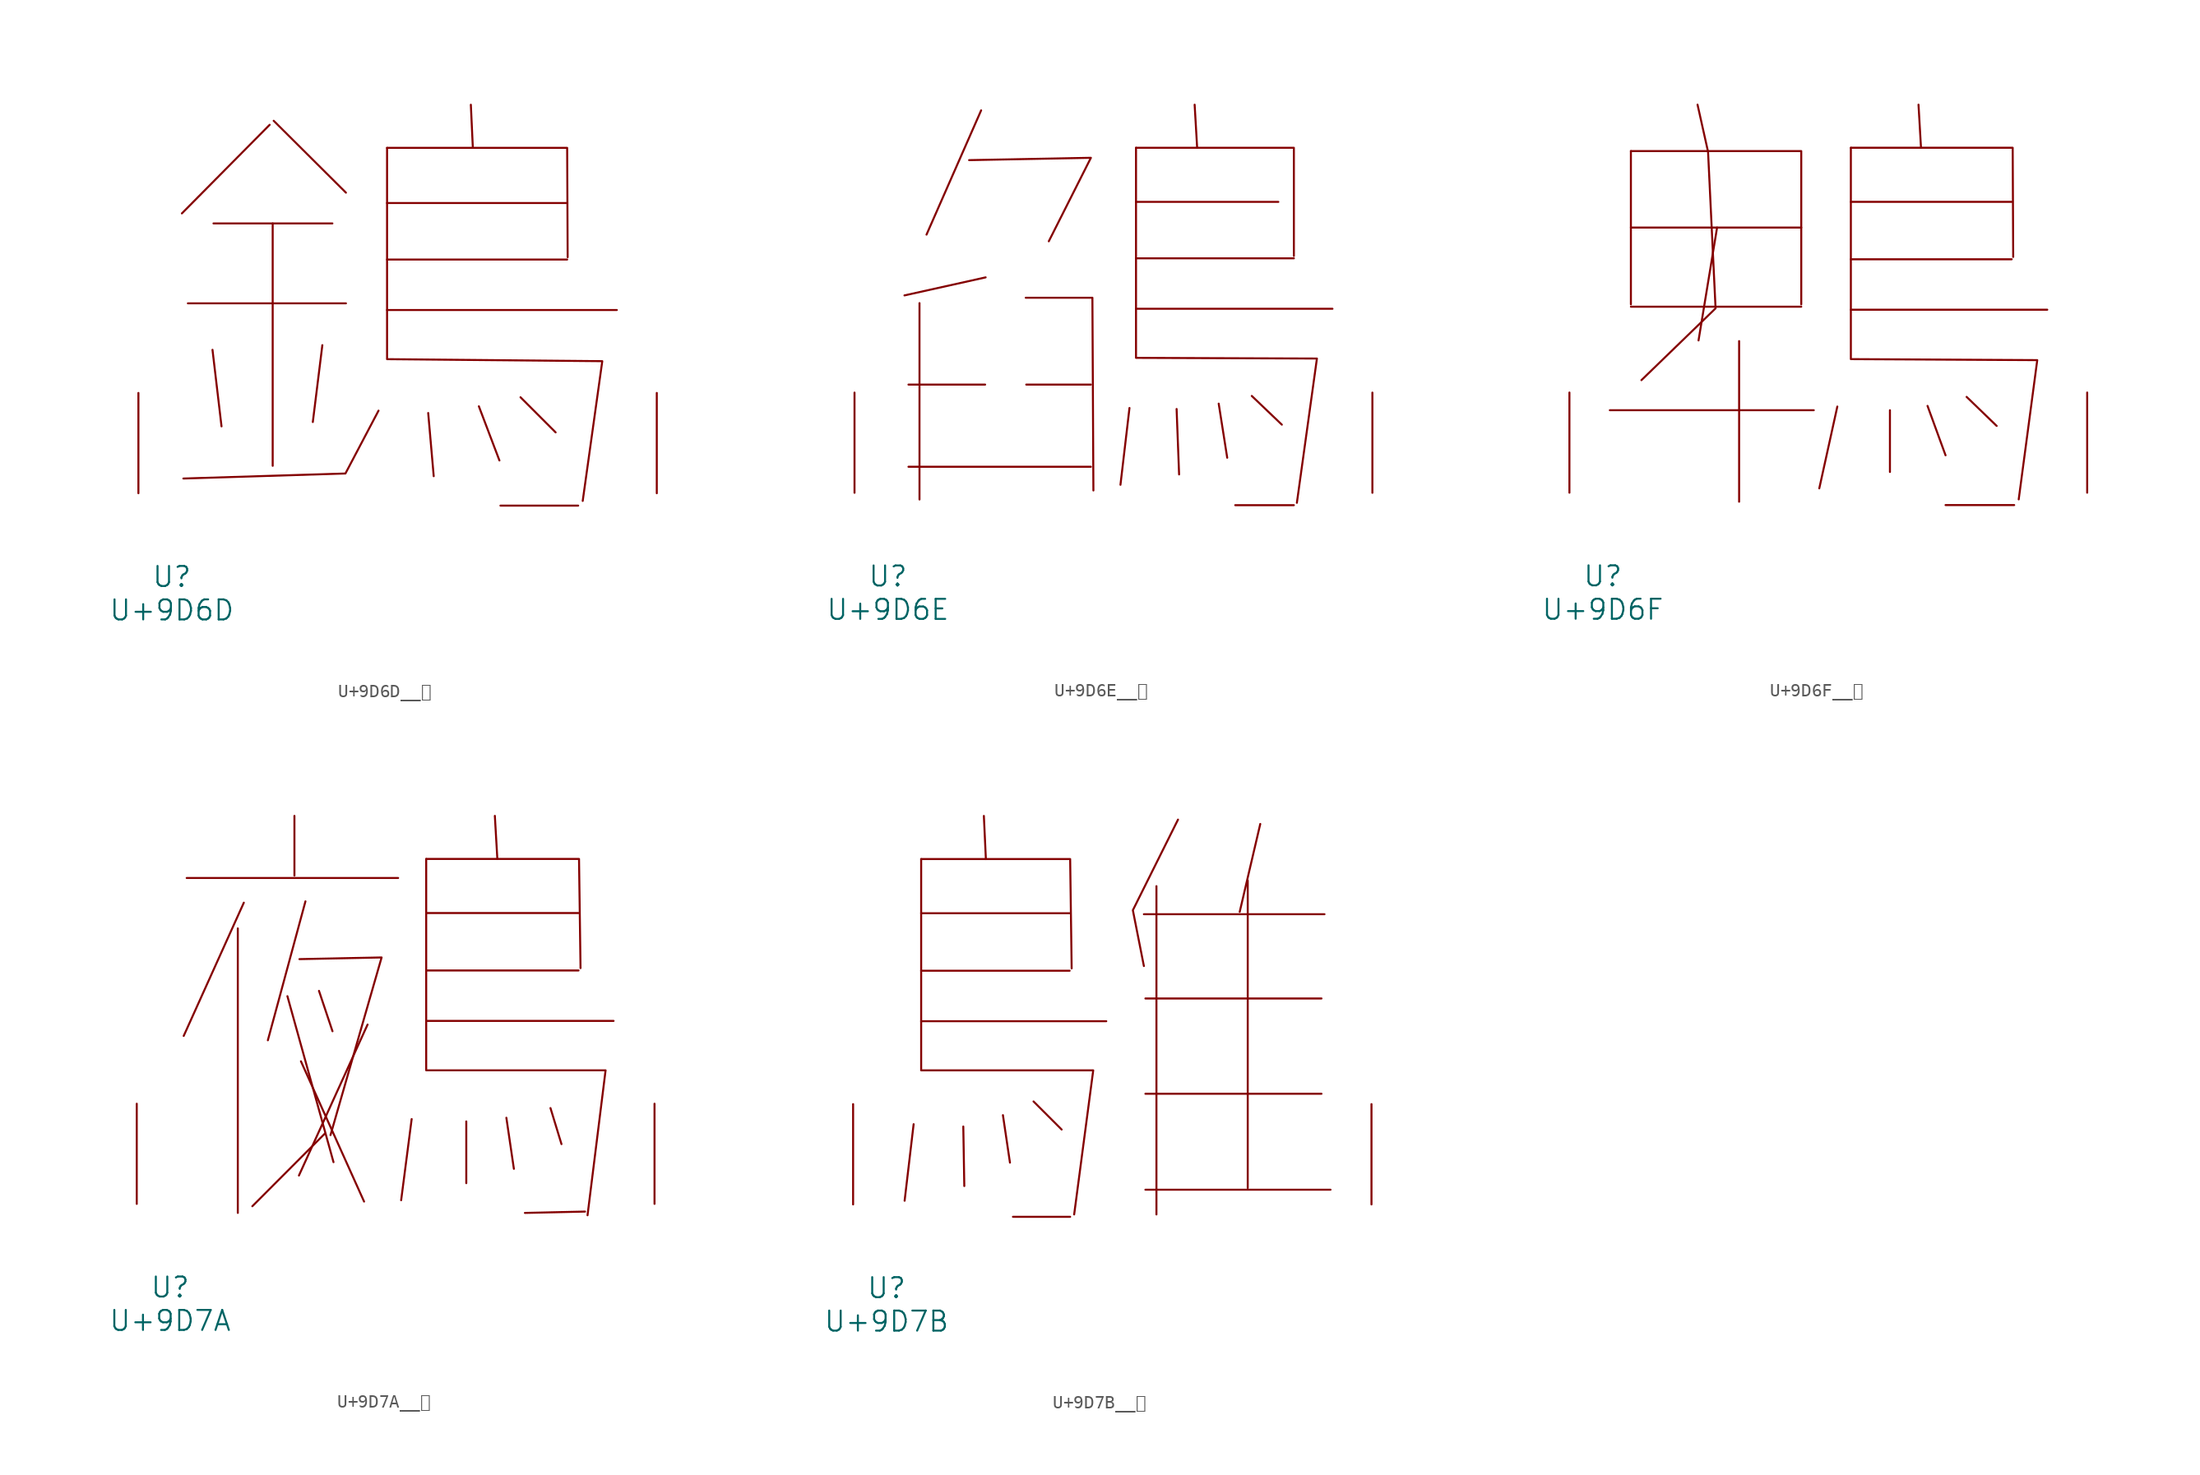
<source format=kicad_sym>
(kicad_symbol_lib
  (version 20231120)
  (generator "kicad_symbol_editor")
  (generator_version "8.0")
  (symbol "U+9D6D__鵭"
    (pin_names
      (offset 1.016))
    (property "Reference" "U"
      (at 0 -6.35 0)
      (effects (font (size 1.524 1.524))))
    (property "Value" "U+9D6D"
      (at 0 -8.89 0)
      (effects (font (size 1.524 1.524))))
    (symbol "U+9D6D__鵭_0_1"
      (polyline (pts (xy 1.219 14.427) (xy 13.221 14.427)) (stroke (width 0) (type solid)) (fill (type none)))
      (polyline (pts (xy 3.086 10.897) (xy 3.772 5.08)) (stroke (width 0) (type solid)) (fill (type none)))
      (polyline (pts (xy 3.162 20.498) (xy 12.192 20.498)) (stroke (width 0) (type solid)) (fill (type none)))
      (polyline (pts (xy 7.429 27.991) (xy 0.762 21.26)) (stroke (width 0) (type solid)) (fill (type none)))
      (polyline (pts (xy 7.658 20.498) (xy 7.658 2.083)) (stroke (width 0) (type solid)) (fill (type none)))
      (polyline (pts (xy 7.734 28.296) (xy 13.221 22.835)) (stroke (width 0) (type solid)) (fill (type none)))
      (polyline (pts (xy 11.43 11.252) (xy 10.706 5.41)) (stroke (width 0) (type solid)) (fill (type none)))
      (polyline (pts (xy 16.345 13.919) (xy 33.795 13.919)) (stroke (width 0) (type solid)) (fill (type none)))
      (polyline (pts (xy 16.345 17.755) (xy 30.023 17.755)) (stroke (width 0) (type solid)) (fill (type none)))
      (polyline (pts (xy 16.345 22.047) (xy 30.023 22.047)) (stroke (width 0) (type solid)) (fill (type none)))
      (polyline (pts (xy 19.469 6.096) (xy 19.888 1.295)) (stroke (width 0) (type solid)) (fill (type none)))
      (polyline (pts (xy 22.708 29.515) (xy 22.86 26.238)) (stroke (width 0) (type solid)) (fill (type none)))
      (polyline (pts (xy 23.317 6.604) (xy 24.879 2.489)) (stroke (width 0) (type solid)) (fill (type none)))
      (polyline (pts (xy 24.956 -0.94) (xy 30.861 -0.94)) (stroke (width 0) (type solid)) (fill (type none)))
      (polyline (pts (xy 26.48 7.29) (xy 29.146 4.623)) (stroke (width 0) (type solid)) (fill (type none)))
      (polyline (pts (xy 15.697 6.274) (xy 13.183 1.499) (xy 0.876 1.118)) (stroke (width 0) (type solid)) (fill (type none)))
      (polyline (pts (xy 16.345 26.238) (xy 30.023 26.238) (xy 30.061 17.932)) (stroke (width 0) (type solid)) (fill (type none)))
      (polyline (pts (xy 16.345 26.238) (xy 16.345 10.185) (xy 32.69 10.033) (xy 31.204 -0.584)) (stroke (width 0) (type solid)) (fill (type none)))
      (pin input line (at -2.54 0 90) (length 7.62) (name "~" (effects (font (size 1.27 1.27)))) (number "~" (effects (font (size 1.27 1.27)))))
      (pin input line (at 36.83 0 90) (length 7.62) (name "~" (effects (font (size 1.27 1.27)))) (number "~" (effects (font (size 1.27 1.27)))))))
  (symbol "U+9D6E__鵮"
    (pin_names
      (offset 1.016))
    (property "Reference" "U"
      (at 0 -6.35 0)
      (effects (font (size 1.524 1.524))))
    (property "Value" "U+9D6E"
      (at 0 -8.89 0)
      (effects (font (size 1.524 1.524))))
    (symbol "U+9D6E__鵮_0_1"
      (polyline (pts (xy 1.562 1.981) (xy 15.431 1.981)) (stroke (width 0) (type solid)) (fill (type none)))
      (polyline (pts (xy 1.562 8.23) (xy 7.391 8.23)) (stroke (width 0) (type solid)) (fill (type none)))
      (polyline (pts (xy 2.4 14.427) (xy 2.4 -0.508)) (stroke (width 0) (type solid)) (fill (type none)))
      (polyline (pts (xy 7.087 29.083) (xy 2.934 19.634)) (stroke (width 0) (type solid)) (fill (type none)))
      (polyline (pts (xy 7.429 16.383) (xy 1.257 15.011)) (stroke (width 0) (type solid)) (fill (type none)))
      (polyline (pts (xy 10.516 8.23) (xy 15.431 8.23)) (stroke (width 0) (type solid)) (fill (type none)))
      (polyline (pts (xy 18.364 6.452) (xy 17.678 0.61)) (stroke (width 0) (type solid)) (fill (type none)))
      (polyline (pts (xy 18.86 13.995) (xy 33.795 13.995)) (stroke (width 0) (type solid)) (fill (type none)))
      (polyline (pts (xy 18.86 17.831) (xy 30.861 17.831)) (stroke (width 0) (type solid)) (fill (type none)))
      (polyline (pts (xy 18.86 22.123) (xy 29.68 22.123)) (stroke (width 0) (type solid)) (fill (type none)))
      (polyline (pts (xy 21.946 6.375) (xy 22.136 1.397)) (stroke (width 0) (type solid)) (fill (type none)))
      (polyline (pts (xy 23.317 29.515) (xy 23.508 26.238)) (stroke (width 0) (type solid)) (fill (type none)))
      (polyline (pts (xy 25.146 6.782) (xy 25.794 2.667)) (stroke (width 0) (type solid)) (fill (type none)))
      (polyline (pts (xy 26.403 -0.94) (xy 30.861 -0.94)) (stroke (width 0) (type solid)) (fill (type none)))
      (polyline (pts (xy 27.661 7.366) (xy 29.947 5.182)) (stroke (width 0) (type solid)) (fill (type none)))
      (polyline (pts (xy 6.172 25.298) (xy 15.431 25.476) (xy 12.23 19.126)) (stroke (width 0) (type solid)) (fill (type none)))
      (polyline (pts (xy 10.477 14.834) (xy 15.545 14.834) (xy 15.621 0.178)) (stroke (width 0) (type solid)) (fill (type none)))
      (polyline (pts (xy 18.86 26.238) (xy 30.861 26.238) (xy 30.861 18.009)) (stroke (width 0) (type solid)) (fill (type none)))
      (polyline (pts (xy 18.86 26.238) (xy 18.86 10.262) (xy 32.614 10.211) (xy 31.09 -0.762)) (stroke (width 0) (type solid)) (fill (type none)))
      (pin input line (at -2.54 0 90) (length 7.62) (name "~" (effects (font (size 1.27 1.27)))) (number "~" (effects (font (size 1.27 1.27)))))
      (pin input line (at 36.83 0 90) (length 7.62) (name "~" (effects (font (size 1.27 1.27)))) (number "~" (effects (font (size 1.27 1.27)))))))
  (symbol "U+9D6F__鵯"
    (pin_names
      (offset 1.016))
    (property "Reference" "U"
      (at 0 -6.35 0)
      (effects (font (size 1.524 1.524))))
    (property "Value" "U+9D6F"
      (at 0 -8.89 0)
      (effects (font (size 1.524 1.524))))
    (symbol "U+9D6F__鵯_0_1"
      (polyline (pts (xy 0.533 6.274) (xy 16.04 6.274)) (stroke (width 0) (type solid)) (fill (type none)))
      (polyline (pts (xy 2.134 14.148) (xy 15.088 14.148)) (stroke (width 0) (type solid)) (fill (type none)))
      (polyline (pts (xy 2.134 20.168) (xy 15.088 20.168)) (stroke (width 0) (type solid)) (fill (type none)))
      (polyline (pts (xy 2.134 25.984) (xy 2.134 14.326)) (stroke (width 0) (type solid)) (fill (type none)))
      (polyline (pts (xy 8.687 20.168) (xy 7.277 11.582)) (stroke (width 0) (type solid)) (fill (type none)))
      (polyline (pts (xy 10.363 11.532) (xy 10.363 -0.686)) (stroke (width 0) (type solid)) (fill (type none)))
      (polyline (pts (xy 17.831 6.553) (xy 16.459 0.33)) (stroke (width 0) (type solid)) (fill (type none)))
      (polyline (pts (xy 18.86 13.919) (xy 33.795 13.919)) (stroke (width 0) (type solid)) (fill (type none)))
      (polyline (pts (xy 18.86 17.755) (xy 31.09 17.755)) (stroke (width 0) (type solid)) (fill (type none)))
      (polyline (pts (xy 18.86 22.123) (xy 31.09 22.123)) (stroke (width 0) (type solid)) (fill (type none)))
      (polyline (pts (xy 21.831 6.274) (xy 21.831 1.575)) (stroke (width 0) (type solid)) (fill (type none)))
      (polyline (pts (xy 24.003 29.515) (xy 24.194 26.238)) (stroke (width 0) (type solid)) (fill (type none)))
      (polyline (pts (xy 24.689 6.604) (xy 26.06 2.845)) (stroke (width 0) (type solid)) (fill (type none)))
      (polyline (pts (xy 26.06 -0.94) (xy 31.28 -0.94)) (stroke (width 0) (type solid)) (fill (type none)))
      (polyline (pts (xy 27.661 7.29) (xy 29.947 5.08)) (stroke (width 0) (type solid)) (fill (type none)))
      (polyline (pts (xy 2.134 25.984) (xy 15.088 25.984) (xy 15.088 14.326)) (stroke (width 0) (type solid)) (fill (type none)))
      (polyline (pts (xy 18.86 26.238) (xy 31.166 26.238) (xy 31.204 17.932)) (stroke (width 0) (type solid)) (fill (type none)))
      (polyline (pts (xy 7.201 29.515) (xy 8.001 25.933) (xy 8.572 14.021) (xy 2.934 8.56)) (stroke (width 0) (type solid)) (fill (type none)))
      (polyline (pts (xy 18.86 26.238) (xy 18.86 10.16) (xy 33.033 10.084) (xy 31.623 -0.508)) (stroke (width 0) (type solid)) (fill (type none)))
      (pin input line (at -2.54 0 90) (length 7.62) (name "~" (effects (font (size 1.27 1.27)))) (number "~" (effects (font (size 1.27 1.27)))))
      (pin input line (at 36.83 0 90) (length 7.62) (name "~" (effects (font (size 1.27 1.27)))) (number "~" (effects (font (size 1.27 1.27)))))))
  (symbol "U+9D7A__鵺"
    (pin_names
      (offset 1.016))
    (property "Reference" "U"
      (at 0 -6.35 0)
      (effects (font (size 1.524 1.524))))
    (property "Value" "U+9D7A"
      (at 0 -8.89 0)
      (effects (font (size 1.524 1.524))))
    (symbol "U+9D7A__鵺_0_1"
      (polyline (pts (xy 1.257 24.79) (xy 17.335 24.79)) (stroke (width 0) (type solid)) (fill (type none)))
      (polyline (pts (xy 5.144 20.955) (xy 5.144 -0.686)) (stroke (width 0) (type solid)) (fill (type none)))
      (polyline (pts (xy 5.601 22.911) (xy 1.029 12.776)) (stroke (width 0) (type solid)) (fill (type none)))
      (polyline (pts (xy 8.915 15.799) (xy 12.421 3.175)) (stroke (width 0) (type solid)) (fill (type none)))
      (polyline (pts (xy 9.449 29.515) (xy 9.449 24.968)) (stroke (width 0) (type solid)) (fill (type none)))
      (polyline (pts (xy 9.944 10.846) (xy 14.745 0.178)) (stroke (width 0) (type solid)) (fill (type none)))
      (polyline (pts (xy 10.287 23.012) (xy 7.429 12.446)) (stroke (width 0) (type solid)) (fill (type none)))
      (polyline (pts (xy 11.316 16.205) (xy 12.344 13.132)) (stroke (width 0) (type solid)) (fill (type none)))
      (polyline (pts (xy 11.773 5.359) (xy 6.248 -0.178)) (stroke (width 0) (type solid)) (fill (type none)))
      (polyline (pts (xy 15.011 13.64) (xy 9.792 2.159)) (stroke (width 0) (type solid)) (fill (type none)))
      (polyline (pts (xy 18.364 6.452) (xy 17.564 0.279)) (stroke (width 0) (type solid)) (fill (type none)))
      (polyline (pts (xy 19.469 13.919) (xy 33.718 13.919)) (stroke (width 0) (type solid)) (fill (type none)))
      (polyline (pts (xy 19.469 17.755) (xy 31.052 17.755)) (stroke (width 0) (type solid)) (fill (type none)))
      (polyline (pts (xy 19.469 22.123) (xy 31.052 22.123)) (stroke (width 0) (type solid)) (fill (type none)))
      (polyline (pts (xy 22.517 6.274) (xy 22.517 1.575)) (stroke (width 0) (type solid)) (fill (type none)))
      (polyline (pts (xy 24.689 29.515) (xy 24.879 26.238)) (stroke (width 0) (type solid)) (fill (type none)))
      (polyline (pts (xy 25.565 6.553) (xy 26.137 2.667)) (stroke (width 0) (type solid)) (fill (type none)))
      (polyline (pts (xy 28.918 7.29) (xy 29.756 4.547)) (stroke (width 0) (type solid)) (fill (type none)))
      (polyline (pts (xy 31.547 -0.584) (xy 26.975 -0.686)) (stroke (width 0) (type solid)) (fill (type none)))
      (polyline (pts (xy 9.83 18.618) (xy 16.078 18.745) (xy 12.192 5.232)) (stroke (width 0) (type solid)) (fill (type none)))
      (polyline (pts (xy 19.469 26.238) (xy 31.09 26.238) (xy 31.204 17.932)) (stroke (width 0) (type solid)) (fill (type none)))
      (polyline (pts (xy 19.469 26.238) (xy 19.469 10.16) (xy 33.109 10.16) (xy 31.737 -0.864)) (stroke (width 0) (type solid)) (fill (type none)))
      (pin input line (at -2.54 0 90) (length 7.62) (name "~" (effects (font (size 1.27 1.27)))) (number "~" (effects (font (size 1.27 1.27)))))
      (pin input line (at 36.83 0 90) (length 7.62) (name "~" (effects (font (size 1.27 1.27)))) (number "~" (effects (font (size 1.27 1.27)))))))
  (symbol "U+9D7B__鵻"
    (pin_names
      (offset 1.016))
    (property "Reference" "U"
      (at 0 -6.35 0)
      (effects (font (size 1.524 1.524))))
    (property "Value" "U+9D7B"
      (at 0 -8.89 0)
      (effects (font (size 1.524 1.524))))
    (symbol "U+9D7B__鵻_0_1"
      (polyline (pts (xy 2.057 6.096) (xy 1.372 0.279)) (stroke (width 0) (type solid)) (fill (type none)))
      (polyline (pts (xy 2.629 13.919) (xy 16.688 13.919)) (stroke (width 0) (type solid)) (fill (type none)))
      (polyline (pts (xy 2.629 17.755) (xy 13.906 17.755)) (stroke (width 0) (type solid)) (fill (type none)))
      (polyline (pts (xy 2.629 22.123) (xy 13.906 22.123)) (stroke (width 0) (type solid)) (fill (type none)))
      (polyline (pts (xy 5.829 5.918) (xy 5.905 1.397)) (stroke (width 0) (type solid)) (fill (type none)))
      (polyline (pts (xy 7.391 29.515) (xy 7.544 26.238)) (stroke (width 0) (type solid)) (fill (type none)))
      (polyline (pts (xy 8.839 6.782) (xy 9.373 3.175)) (stroke (width 0) (type solid)) (fill (type none)))
      (polyline (pts (xy 9.601 -0.94) (xy 13.945 -0.94)) (stroke (width 0) (type solid)) (fill (type none)))
      (polyline (pts (xy 11.163 7.823) (xy 13.297 5.69)) (stroke (width 0) (type solid)) (fill (type none)))
      (polyline (pts (xy 19.545 22.047) (xy 33.261 22.047)) (stroke (width 0) (type solid)) (fill (type none)))
      (polyline (pts (xy 19.66 1.118) (xy 33.718 1.118)) (stroke (width 0) (type solid)) (fill (type none)))
      (polyline (pts (xy 19.66 8.407) (xy 33.033 8.407)) (stroke (width 0) (type solid)) (fill (type none)))
      (polyline (pts (xy 19.66 15.646) (xy 33.033 15.646)) (stroke (width 0) (type solid)) (fill (type none)))
      (polyline (pts (xy 20.498 24.181) (xy 20.498 -0.762)) (stroke (width 0) (type solid)) (fill (type none)))
      (polyline (pts (xy 27.432 24.613) (xy 27.432 1.245)) (stroke (width 0) (type solid)) (fill (type none)))
      (polyline (pts (xy 28.384 28.905) (xy 26.822 22.225)) (stroke (width 0) (type solid)) (fill (type none)))
      (polyline (pts (xy 2.629 26.238) (xy 13.945 26.238) (xy 14.059 17.932)) (stroke (width 0) (type solid)) (fill (type none)))
      (polyline (pts (xy 22.136 29.235) (xy 18.707 22.352) (xy 19.545 18.11)) (stroke (width 0) (type solid)) (fill (type none)))
      (polyline (pts (xy 2.629 26.238) (xy 2.629 10.185) (xy 15.697 10.185) (xy 14.249 -0.762)) (stroke (width 0) (type solid)) (fill (type none)))
      (pin input line (at -2.54 0 90) (length 7.62) (name "~" (effects (font (size 1.27 1.27)))) (number "~" (effects (font (size 1.27 1.27)))))
      (pin input line (at 36.83 0 90) (length 7.62) (name "~" (effects (font (size 1.27 1.27)))) (number "~" (effects (font (size 1.27 1.27))))))))
</source>
